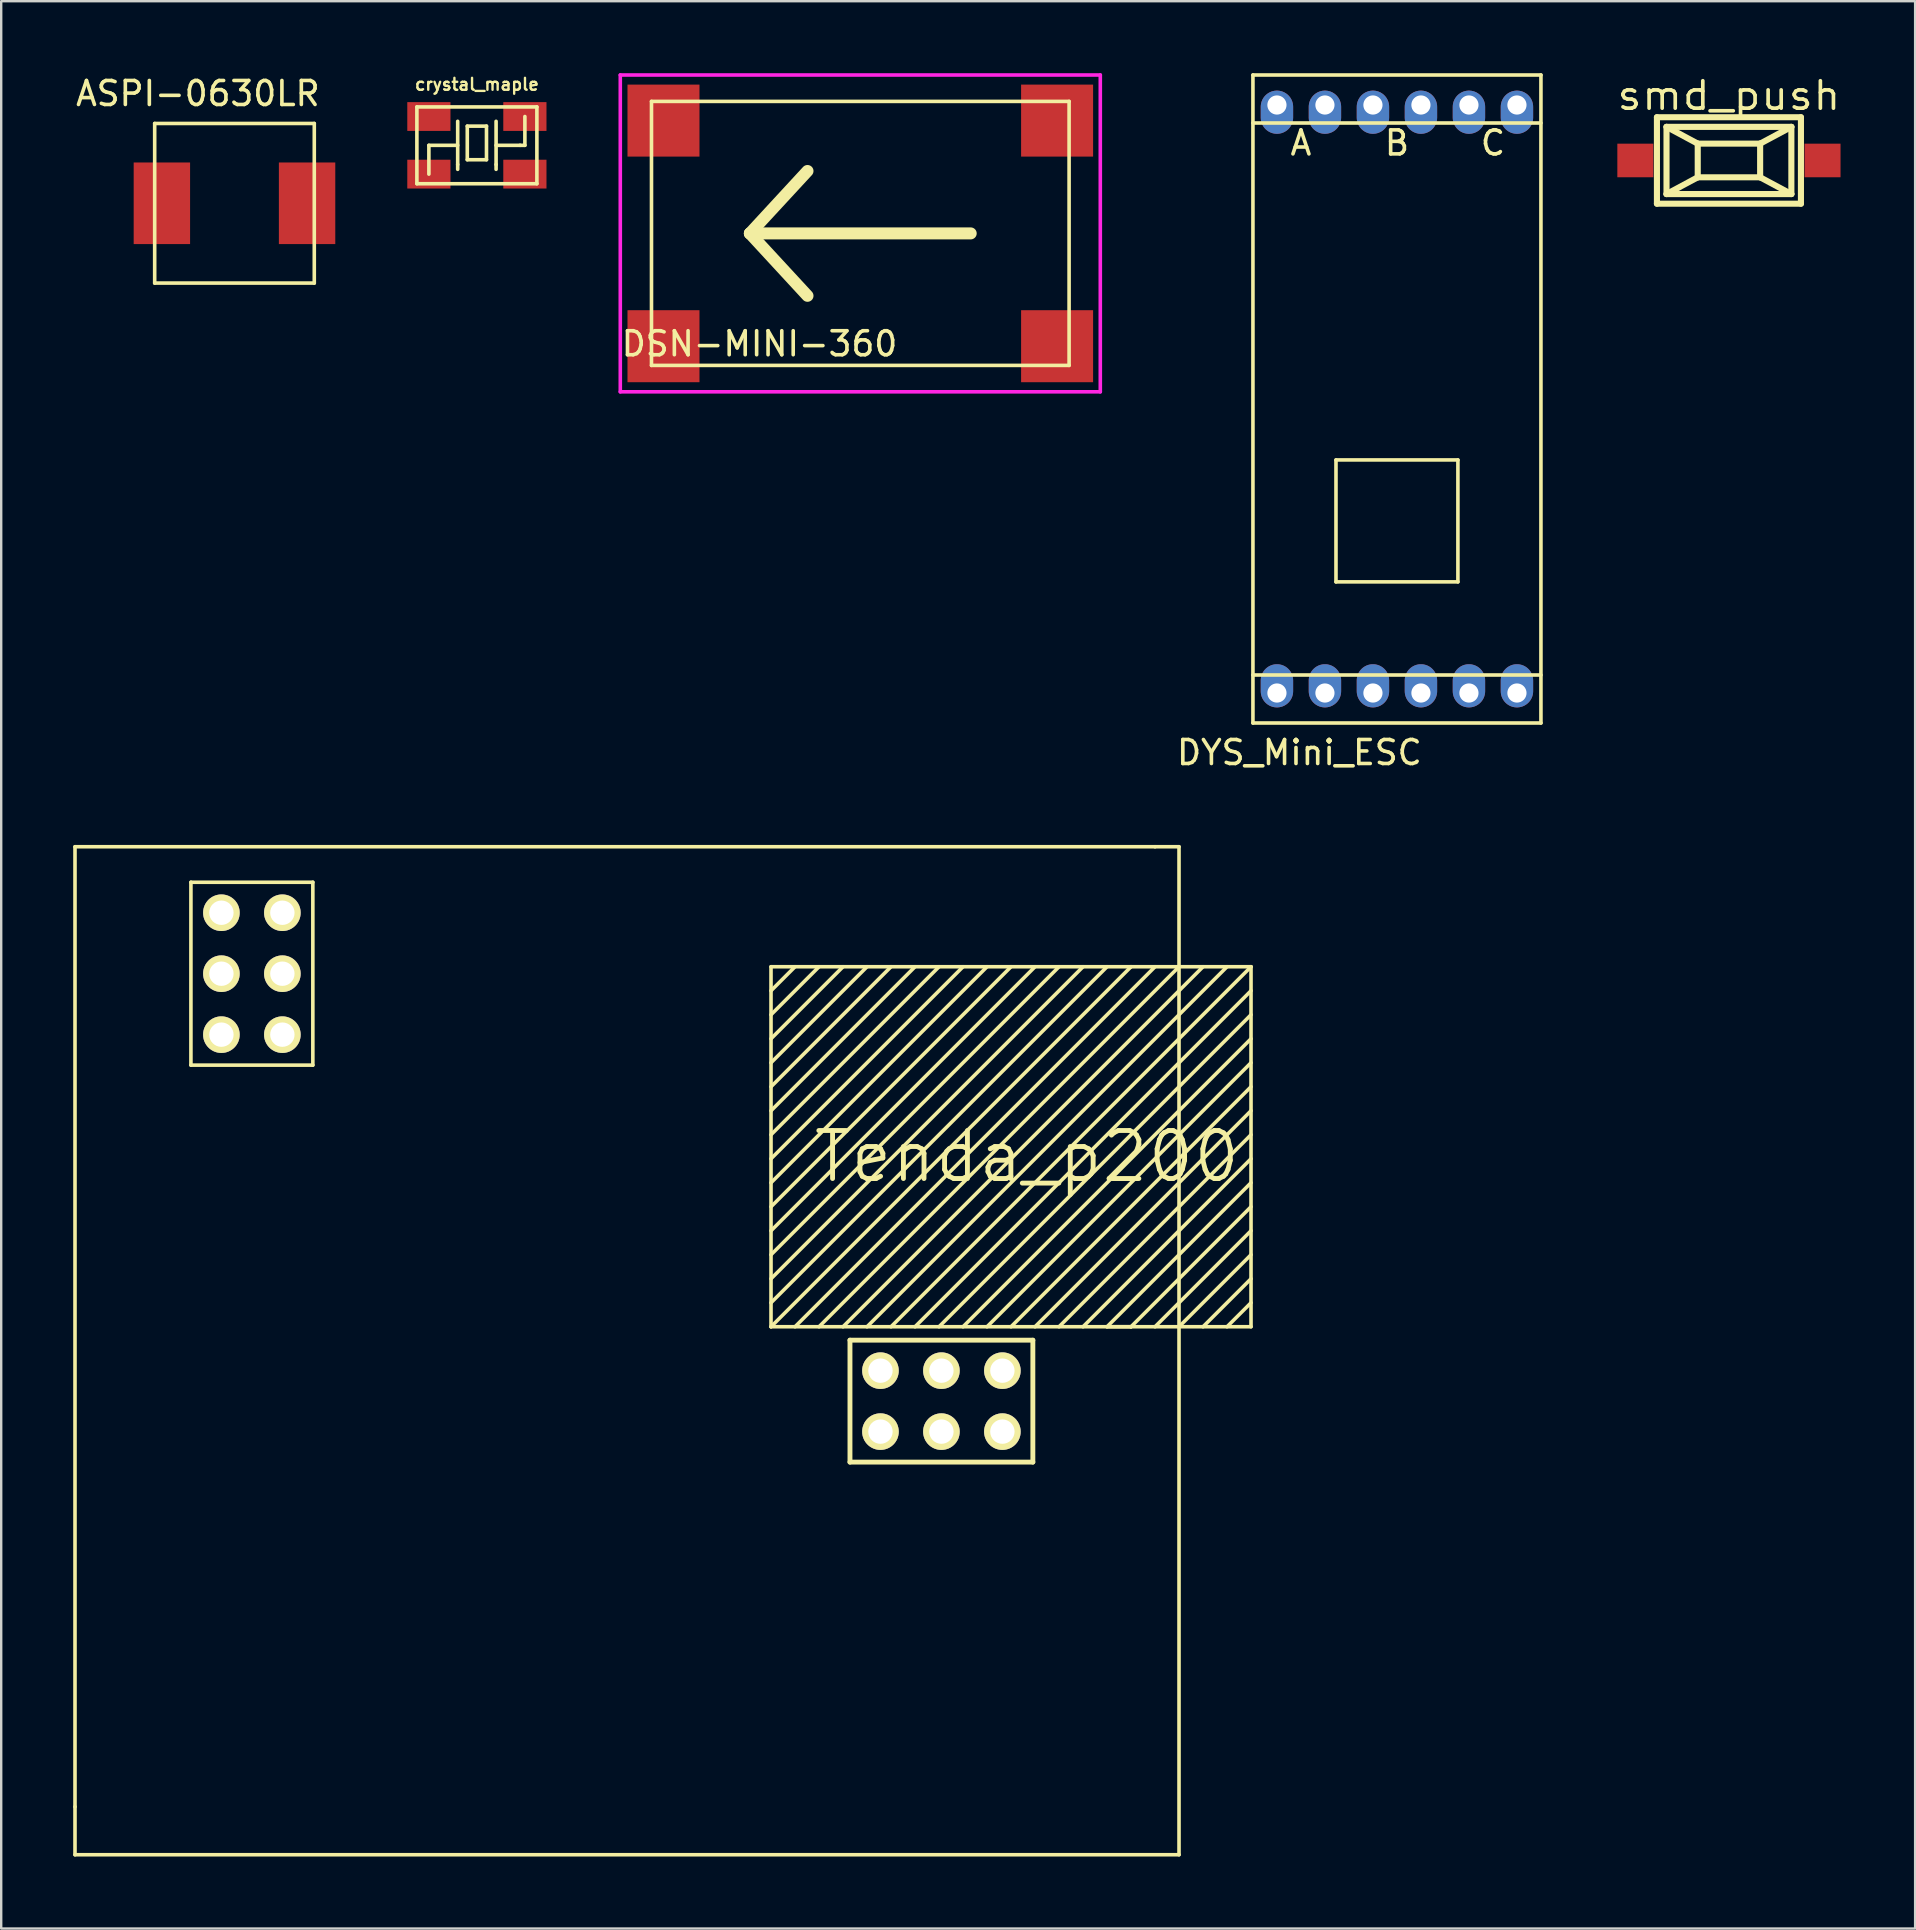
<source format=kicad_pcb>
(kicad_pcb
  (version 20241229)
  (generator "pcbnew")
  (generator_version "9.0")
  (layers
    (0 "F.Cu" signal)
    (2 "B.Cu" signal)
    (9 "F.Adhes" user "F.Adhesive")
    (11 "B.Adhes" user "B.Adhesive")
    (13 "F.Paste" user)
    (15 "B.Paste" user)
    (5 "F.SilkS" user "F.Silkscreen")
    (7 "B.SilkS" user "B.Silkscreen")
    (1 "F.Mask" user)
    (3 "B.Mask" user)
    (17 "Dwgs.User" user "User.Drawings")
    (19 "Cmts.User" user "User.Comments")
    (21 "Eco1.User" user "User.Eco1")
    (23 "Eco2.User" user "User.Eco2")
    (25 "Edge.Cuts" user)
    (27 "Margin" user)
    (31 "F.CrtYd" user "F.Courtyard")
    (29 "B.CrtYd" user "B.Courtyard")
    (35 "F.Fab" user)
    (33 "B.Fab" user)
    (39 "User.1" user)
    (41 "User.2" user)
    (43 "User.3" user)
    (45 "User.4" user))
  (footprint "Tenda_p200"
    (layer "F.Cu")
    (at 22.535 53.18)
    (property "Reference" "Tenda_p200" (at 17.2 -8.04 0) (layer "F.SilkS") (effects (font (size 2 2) (thickness 0.203))))
    (attr through_hole)
    (fp_line (start -22.46 -20.95) (end -22.46 19.05) (stroke (width 0.15) (type solid)) (layer "F.SilkS"))
    (fp_line (start -22.46 -20.95) (end 22.54 -20.95) (stroke (width 0.15) (type solid)) (layer "F.SilkS"))
    (fp_line (start -22.46 19.05) (end -22.46 21.05) (stroke (width 0.15) (type solid)) (layer "F.SilkS"))
    (fp_line (start -22.46 21.05) (end 23.54 21.05) (stroke (width 0.15) (type solid)) (layer "F.SilkS"))
    (fp_line (start -17.63 -19.47) (end -12.55 -19.47) (stroke (width 0.15) (type solid)) (layer "F.SilkS"))
    (fp_line (start -17.63 -11.85) (end -17.63 -19.47) (stroke (width 0.15) (type solid)) (layer "F.SilkS"))
    (fp_line (start -12.55 -19.47) (end -12.55 -11.85) (stroke (width 0.15) (type solid)) (layer "F.SilkS"))
    (fp_line (start -12.55 -11.85) (end -17.63 -11.85) (stroke (width 0.15) (type solid)) (layer "F.SilkS"))
    (fp_line (start 6.54 -15.95) (end 6.54 -0.95) (stroke (width 0.15) (type solid)) (layer "F.SilkS"))
    (fp_line (start 6.54 -0.95) (end 21.54 -0.95) (stroke (width 0.15) (type solid)) (layer "F.SilkS"))
    (fp_line (start 7.54 -15.95) (end 6.54 -14.95) (stroke (width 0.15) (type solid)) (layer "F.SilkS"))
    (fp_line (start 8.54 -15.95) (end 6.54 -13.95) (stroke (width 0.15) (type solid)) (layer "F.SilkS"))
    (fp_line (start 9.54 -15.95) (end 6.54 -12.95) (stroke (width 0.15) (type solid)) (layer "F.SilkS"))
    (fp_line (start 9.83 -0.39) (end 17.45 -0.39) (stroke (width 0.203) (type solid)) (layer "F.SilkS"))
    (fp_line (start 9.83 4.69) (end 9.83 -0.39) (stroke (width 0.203) (type solid)) (layer "F.SilkS"))
    (fp_line (start 10.54 -15.95) (end 6.54 -11.95) (stroke (width 0.15) (type solid)) (layer "F.SilkS"))
    (fp_line (start 11.54 -15.95) (end 6.54 -10.95) (stroke (width 0.15) (type solid)) (layer "F.SilkS"))
    (fp_line (start 12.54 -15.95) (end 6.54 -9.95) (stroke (width 0.15) (type solid)) (layer "F.SilkS"))
    (fp_line (start 13.54 -15.95) (end 6.54 -8.95) (stroke (width 0.15) (type solid)) (layer "F.SilkS"))
    (fp_line (start 14.54 -15.95) (end 6.54 -7.95) (stroke (width 0.15) (type solid)) (layer "F.SilkS"))
    (fp_line (start 15.54 -15.95) (end 6.54 -6.95) (stroke (width 0.15) (type solid)) (layer "F.SilkS"))
    (fp_line (start 16.54 -15.95) (end 6.54 -5.95) (stroke (width 0.15) (type solid)) (layer "F.SilkS"))
    (fp_line (start 17.45 -0.39) (end 17.45 4.69) (stroke (width 0.203) (type solid)) (layer "F.SilkS"))
    (fp_line (start 17.45 4.69) (end 9.83 4.69) (stroke (width 0.203) (type solid)) (layer "F.SilkS"))
    (fp_line (start 17.54 -15.95) (end 6.54 -4.95) (stroke (width 0.15) (type solid)) (layer "F.SilkS"))
    (fp_line (start 18.54 -15.95) (end 6.54 -3.95) (stroke (width 0.15) (type solid)) (layer "F.SilkS"))
    (fp_line (start 19.54 -15.95) (end 6.54 -2.95) (stroke (width 0.15) (type solid)) (layer "F.SilkS"))
    (fp_line (start 20.54 -15.95) (end 6.54 -1.95) (stroke (width 0.15) (type solid)) (layer "F.SilkS"))
    (fp_line (start 21.54 -15.95) (end 6.54 -15.95) (stroke (width 0.15) (type solid)) (layer "F.SilkS"))
    (fp_line (start 21.54 -15.95) (end 6.54 -0.95) (stroke (width 0.15) (type solid)) (layer "F.SilkS"))
    (fp_line (start 21.54 -15.95) (end 26.54 -15.95) (stroke (width 0.15) (type solid)) (layer "F.SilkS"))
    (fp_line (start 21.54 -0.95) (end 20.54 -0.95) (stroke (width 0.15) (type solid)) (layer "F.SilkS"))
    (fp_line (start 22.54 -20.95) (end 23.54 -20.95) (stroke (width 0.15) (type solid)) (layer "F.SilkS"))
    (fp_line (start 22.54 -15.95) (end 7.54 -0.95) (stroke (width 0.15) (type solid)) (layer "F.SilkS"))
    (fp_line (start 23.54 -15.95) (end 8.54 -0.95) (stroke (width 0.15) (type solid)) (layer "F.SilkS"))
    (fp_line (start 23.54 21.05) (end 23.54 -20.95) (stroke (width 0.15) (type solid)) (layer "F.SilkS"))
    (fp_line (start 24.54 -15.95) (end 9.54 -0.95) (stroke (width 0.15) (type solid)) (layer "F.SilkS"))
    (fp_line (start 25.54 -15.95) (end 10.54 -0.95) (stroke (width 0.15) (type solid)) (layer "F.SilkS"))
    (fp_line (start 26.54 -15.95) (end 11.54 -0.95) (stroke (width 0.15) (type solid)) (layer "F.SilkS"))
    (fp_line (start 26.54 -15.95) (end 26.54 -0.95) (stroke (width 0.15) (type solid)) (layer "F.SilkS"))
    (fp_line (start 26.54 -14.95) (end 12.54 -0.95) (stroke (width 0.15) (type solid)) (layer "F.SilkS"))
    (fp_line (start 26.54 -13.95) (end 13.54 -0.95) (stroke (width 0.15) (type solid)) (layer "F.SilkS"))
    (fp_line (start 26.54 -12.95) (end 14.54 -0.95) (stroke (width 0.15) (type solid)) (layer "F.SilkS"))
    (fp_line (start 26.54 -11.95) (end 15.54 -0.95) (stroke (width 0.15) (type solid)) (layer "F.SilkS"))
    (fp_line (start 26.54 -10.95) (end 16.54 -0.95) (stroke (width 0.15) (type solid)) (layer "F.SilkS"))
    (fp_line (start 26.54 -9.95) (end 17.54 -0.95) (stroke (width 0.15) (type solid)) (layer "F.SilkS"))
    (fp_line (start 26.54 -8.95) (end 18.54 -0.95) (stroke (width 0.15) (type solid)) (layer "F.SilkS"))
    (fp_line (start 26.54 -7.95) (end 19.54 -0.95) (stroke (width 0.15) (type solid)) (layer "F.SilkS"))
    (fp_line (start 26.54 -6.95) (end 20.54 -0.95) (stroke (width 0.15) (type solid)) (layer "F.SilkS"))
    (fp_line (start 26.54 -5.95) (end 21.54 -0.95) (stroke (width 0.15) (type solid)) (layer "F.SilkS"))
    (fp_line (start 26.54 -4.95) (end 22.54 -0.95) (stroke (width 0.15) (type solid)) (layer "F.SilkS"))
    (fp_line (start 26.54 -3.95) (end 23.54 -0.95) (stroke (width 0.15) (type solid)) (layer "F.SilkS"))
    (fp_line (start 26.54 -2.95) (end 24.54 -0.95) (stroke (width 0.15) (type solid)) (layer "F.SilkS"))
    (fp_line (start 26.54 -1.95) (end 25.54 -0.95) (stroke (width 0.15) (type solid)) (layer "F.SilkS"))
    (fp_line (start 26.54 -0.95) (end 21.54 -0.95) (stroke (width 0.15) (type solid)) (layer "F.SilkS"))
    (pad "3V3" thru_hole circle (at 11.1 0.88) (size 1.524 1.524) (drill 1.016) (layers "*.Cu" "*.Mask" "F.SilkS"))
    (pad "3V3" thru_hole circle (at 11.1 3.42) (size 1.524 1.524) (drill 1.016) (layers "*.Cu" "*.Mask" "F.SilkS"))
    (pad "C" thru_hole circle (at 13.64 3.42) (size 1.524 1.524) (drill 1.016) (layers "*.Cu" "*.Mask" "F.SilkS"))
    (pad "E" thru_hole circle (at 16.18 3.42) (size 1.524 1.524) (drill 1.016) (layers "*.Cu" "*.Mask" "F.SilkS"))
    (pad "GND" thru_hole circle (at 16.18 0.88) (size 1.524 1.524) (drill 1.016) (layers "*.Cu" "*.Mask" "F.SilkS"))
    (pad "NC" thru_hole circle (at -16.36 -15.66 90) (size 1.524 1.524) (drill 1.016) (layers "*.Cu" "*.Mask" "F.SilkS"))
    (pad "NC" thru_hole circle (at -13.82 -15.66 90) (size 1.524 1.524) (drill 1.016) (layers "*.Cu" "*.Mask" "F.SilkS"))
    (pad "P" thru_hole circle (at 13.64 0.88) (size 1.524 1.524) (drill 1.016) (layers "*.Cu" "*.Mask" "F.SilkS"))
    (pad "T_+" thru_hole circle (at -16.36 -13.12 90) (size 1.524 1.524) (drill 1.016) (layers "*.Cu" "*.Mask" "F.SilkS"))
    (pad "T_+" thru_hole circle (at -13.82 -13.12 90) (size 1.524 1.524) (drill 1.016) (layers "*.Cu" "*.Mask" "F.SilkS"))
    (pad "T_-" thru_hole circle (at -16.36 -18.2 90) (size 1.524 1.524) (drill 1.016) (layers "*.Cu" "*.Mask" "F.SilkS"))
    (pad "T_-" thru_hole circle (at -13.82 -18.2 90) (size 1.524 1.524) (drill 1.016) (layers "*.Cu" "*.Mask" "F.SilkS")))
  (footprint "crystal_maple"
    (layer "F.Cu")
    (at 16.82 3.005)
    (property "Reference" "crystal_maple" (at 0 -2.54 0) (layer "F.SilkS") (effects (font (size 0.498 0.498) (thickness 0.099))))
    (attr through_hole)
    (fp_line (start -2.5 -1.6) (end 2.5 -1.6) (stroke (width 0.15) (type solid)) (layer "F.SilkS"))
    (fp_line (start -2.5 1.6) (end -2.5 -1.6) (stroke (width 0.15) (type solid)) (layer "F.SilkS"))
    (fp_line (start -2 0) (end -2 1.2) (stroke (width 0.15) (type solid)) (layer "F.SilkS"))
    (fp_line (start -0.8 -1) (end -0.8 0.8) (stroke (width 0.15) (type solid)) (layer "F.SilkS"))
    (fp_line (start -0.8 0) (end -2 0) (stroke (width 0.15) (type solid)) (layer "F.SilkS"))
    (fp_line (start -0.8 0.8) (end -0.8 1) (stroke (width 0.15) (type solid)) (layer "F.SilkS"))
    (fp_line (start -0.4 -0.8) (end -0.4 0.6) (stroke (width 0.15) (type solid)) (layer "F.SilkS"))
    (fp_line (start -0.4 0.6) (end 0.4 0.6) (stroke (width 0.15) (type solid)) (layer "F.SilkS"))
    (fp_line (start 0.4 -0.8) (end -0.4 -0.8) (stroke (width 0.15) (type solid)) (layer "F.SilkS"))
    (fp_line (start 0.4 0.6) (end 0.4 -0.8) (stroke (width 0.15) (type solid)) (layer "F.SilkS"))
    (fp_line (start 0.8 -1) (end 0.8 0.8) (stroke (width 0.15) (type solid)) (layer "F.SilkS"))
    (fp_line (start 0.8 0) (end 1.8 0) (stroke (width 0.15) (type solid)) (layer "F.SilkS"))
    (fp_line (start 0.8 0.8) (end 0.8 1) (stroke (width 0.15) (type solid)) (layer "F.SilkS"))
    (fp_line (start 1.8 0) (end 2 0) (stroke (width 0.15) (type solid)) (layer "F.SilkS"))
    (fp_line (start 2 0) (end 2 -1.2) (stroke (width 0.15) (type solid)) (layer "F.SilkS"))
    (fp_line (start 2.5 -1.6) (end 2.5 1.6) (stroke (width 0.15) (type solid)) (layer "F.SilkS"))
    (fp_line (start 2.5 1.6) (end -2.5 1.6) (stroke (width 0.15) (type solid)) (layer "F.SilkS"))
    (pad "1" smd rect (at -2 1.2) (size 1.8 1.2) (layers "F.Cu" "F.Mask" "F.Paste"))
    (pad "2" smd rect (at 2 -1.2) (size 1.8 1.2) (layers "F.Cu" "F.Mask" "F.Paste"))
    (pad "3" smd rect (at -2 -1.2) (size 1.8 1.2) (layers "F.Cu" "F.Mask" "F.Paste"))
    (pad "3" smd rect (at 2 1.2) (size 1.8 1.2) (layers "F.Cu" "F.Mask" "F.Paste")))
  (footprint "DSN-MINI-360"
    (layer "F.Cu")
    (at 32.795 6.675)
    (property "Reference" "DSN-MINI-360" (at -4.2 4.6 0) (layer "F.SilkS") (effects (font (size 1 1) (thickness 0.15))))
    (attr through_hole)
    (fp_line (start -8.7 -5.5) (end -8.7 5.5) (stroke (width 0.15) (type solid)) (layer "F.SilkS"))
    (fp_line (start -8.7 -5.5) (end 8.7 -5.5) (stroke (width 0.15) (type solid)) (layer "F.SilkS"))
    (fp_line (start -8.7 5.5) (end 8.7 5.5) (stroke (width 0.15) (type solid)) (layer "F.SilkS"))
    (fp_line (start -4.6 0) (end -2.2 -2.6) (stroke (width 0.5) (type solid)) (layer "F.SilkS"))
    (fp_line (start -4.6 0) (end -2.2 2.6) (stroke (width 0.5) (type solid)) (layer "F.SilkS"))
    (fp_line (start 4.6 0) (end -4.6 0) (stroke (width 0.5) (type solid)) (layer "F.SilkS"))
    (fp_line (start 8.7 -5.5) (end 8.7 5.5) (stroke (width 0.15) (type solid)) (layer "F.SilkS"))
    (fp_line (start -10 -6.6) (end 10 -6.6) (stroke (width 0.15) (type solid)) (layer "F.CrtYd"))
    (fp_line (start -10 6.6) (end -10 -6.6) (stroke (width 0.15) (type solid)) (layer "F.CrtYd"))
    (fp_line (start 10 -6.6) (end 10 6.6) (stroke (width 0.15) (type solid)) (layer "F.CrtYd"))
    (fp_line (start 10 6.6) (end -10 6.6) (stroke (width 0.15) (type solid)) (layer "F.CrtYd"))
    (pad "1" smd rect (at 8.2 -4.7) (size 3 3) (layers "F.Cu" "F.Mask" "F.Paste"))
    (pad "2" smd rect (at 8.2 4.7) (size 3 3) (layers "F.Cu" "F.Mask" "F.Paste"))
    (pad "3" smd rect (at -8.2 -4.7) (size 3 3) (layers "F.Cu" "F.Mask" "F.Paste"))
    (pad "4" smd rect (at -8.2 4.7) (size 3 3) (layers "F.Cu" "F.Mask" "F.Paste")))
  (footprint "smd_push"
    (layer "F.Cu")
    (at 68.988 3.636)
    (property "Reference" "smd_push" (at 0 -2.7 0) (layer "F.SilkS") (effects (font (size 1.143 1.27) (thickness 0.152))))
    (attr through_hole)
    (fp_line (start -3 -1.801) (end 3 -1.801) (stroke (width 0.254) (type solid)) (layer "F.SilkS"))
    (fp_line (start -3 1.801) (end -3 -1.801) (stroke (width 0.254) (type solid)) (layer "F.SilkS"))
    (fp_line (start -2.601 -1.4) (end -1.3 -0.701) (stroke (width 0.254) (type solid)) (layer "F.SilkS"))
    (fp_line (start -2.601 -1.4) (end 2.601 -1.4) (stroke (width 0.254) (type solid)) (layer "F.SilkS"))
    (fp_line (start -2.601 1.4) (end -2.601 -1.4) (stroke (width 0.254) (type solid)) (layer "F.SilkS"))
    (fp_line (start -1.3 -0.701) (end 1.3 -0.701) (stroke (width 0.254) (type solid)) (layer "F.SilkS"))
    (fp_line (start -1.3 0.701) (end -2.601 1.4) (stroke (width 0.254) (type solid)) (layer "F.SilkS"))
    (fp_line (start -1.3 0.701) (end -1.3 -0.701) (stroke (width 0.254) (type solid)) (layer "F.SilkS"))
    (fp_line (start 1.3 -0.701) (end 1.3 0.701) (stroke (width 0.254) (type solid)) (layer "F.SilkS"))
    (fp_line (start 1.3 -0.701) (end 2.601 -1.4) (stroke (width 0.254) (type solid)) (layer "F.SilkS"))
    (fp_line (start 1.3 0.701) (end -1.3 0.701) (stroke (width 0.254) (type solid)) (layer "F.SilkS"))
    (fp_line (start 1.3 0.701) (end 2.601 1.4) (stroke (width 0.254) (type solid)) (layer "F.SilkS"))
    (fp_line (start 2.601 -1.4) (end 2.601 1.4) (stroke (width 0.254) (type solid)) (layer "F.SilkS"))
    (fp_line (start 2.601 1.4) (end -2.601 1.4) (stroke (width 0.254) (type solid)) (layer "F.SilkS"))
    (fp_line (start 3 -1.801) (end 3 1.801) (stroke (width 0.254) (type solid)) (layer "F.SilkS"))
    (fp_line (start 3 1.801) (end -3 1.801) (stroke (width 0.254) (type solid)) (layer "F.SilkS"))
    (pad "1" smd rect (at -3.9 0) (size 1.5 1.4) (layers "F.Cu" "F.Mask" "F.Paste"))
    (pad "2" smd rect (at 3.9 0) (size 1.5 1.4) (layers "F.Cu" "F.Mask" "F.Paste")))
  (footprint "ASPI-0630LR"
    (layer "F.Cu")
    (at 6.72 5.42)
    (property "Reference" "ASPI-0630LR" (at -1.524 -4.572 0) (layer "F.SilkS") (effects (font (size 1 1) (thickness 0.15))))
    (attr through_hole)
    (fp_line (start -3.325 -3.325) (end -3.325 3.325) (stroke (width 0.15) (type solid)) (layer "F.SilkS"))
    (fp_line (start -3.325 -3.325) (end 3.325 -3.325) (stroke (width 0.15) (type solid)) (layer "F.SilkS"))
    (fp_line (start -3.325 3.325) (end 3.325 3.325) (stroke (width 0.15) (type solid)) (layer "F.SilkS"))
    (fp_line (start 3.325 -3.325) (end 3.325 3.325) (stroke (width 0.15) (type solid)) (layer "F.SilkS"))
    (pad "1" smd rect (at -3.025 0) (size 2.35 3.4) (layers "F.Cu" "F.Mask" "F.Paste"))
    (pad "2" smd rect (at 3.025 0) (size 2.35 3.4) (layers "F.Cu" "F.Mask" "F.Paste")))
  (footprint "DYS_Mini_ESC"
    (layer "F.Cu")
    (at 55.155 13.575)
    (property "Reference" "DYS_Mini_ESC" (at -4.064 14.732 0) (layer "F.SilkS") (effects (font (size 1 1) (thickness 0.15))))
    (attr through_hole)
    (fp_line (start -6 -13.5) (end -6 13.5) (stroke (width 0.15) (type solid)) (layer "F.SilkS"))
    (fp_line (start -6 -13.5) (end 6 -13.5) (stroke (width 0.15) (type solid)) (layer "F.SilkS"))
    (fp_line (start -6 -11.5) (end 6 -11.5) (stroke (width 0.15) (type solid)) (layer "F.SilkS"))
    (fp_line (start -6 11.5) (end 6 11.5) (stroke (width 0.15) (type solid)) (layer "F.SilkS"))
    (fp_line (start -2.54 2.54) (end -2.54 7.62) (stroke (width 0.15) (type solid)) (layer "F.SilkS"))
    (fp_line (start -2.54 7.62) (end 2.54 7.62) (stroke (width 0.15) (type solid)) (layer "F.SilkS"))
    (fp_line (start 2.54 2.54) (end -2.54 2.54) (stroke (width 0.15) (type solid)) (layer "F.SilkS"))
    (fp_line (start 2.54 7.62) (end 2.54 2.54) (stroke (width 0.15) (type solid)) (layer "F.SilkS"))
    (fp_line (start 6 -13.5) (end 6 13.5) (stroke (width 0.15) (type solid)) (layer "F.SilkS"))
    (fp_line (start 6 13.5) (end -6 13.5) (stroke (width 0.15) (type solid)) (layer "F.SilkS"))
    (fp_text user "C" (at 4 -10.668 0) (layer "F.SilkS") (effects (font (size 1 1) (thickness 0.15))))
    (fp_text user "B" (at 0 -10.668 0) (layer "F.SilkS") (effects (font (size 1 1) (thickness 0.15))))
    (fp_text user "A" (at -4 -10.668 0) (layer "F.SilkS") (effects (font (size 1 1) (thickness 0.15))))
    (pad "1" thru_hole oval (at 1 12.25 90) (size 1.8 1.35) (drill 0.8 (offset 0.3 0)) (layers "*.Cu" "*.Mask"))
    (pad "1" thru_hole oval (at 3 12.25 90) (size 1.8 1.35) (drill 0.8 (offset 0.3 0)) (layers "*.Cu" "*.Mask"))
    (pad "1" thru_hole oval (at 5 12.25 90) (size 1.8 1.35) (drill 0.8 (offset 0.3 0)) (layers "*.Cu" "*.Mask"))
    (pad "2" thru_hole oval (at -1 12.25 90) (size 1.8 1.35) (drill 0.8 (offset 0.3 0)) (layers "*.Cu" "*.Mask"))
    (pad "3" thru_hole oval (at -5 12.25 90) (size 1.8 1.35) (drill 0.8 (offset 0.3 0)) (layers "*.Cu" "*.Mask"))
    (pad "3" thru_hole oval (at -3 12.25 90) (size 1.8 1.35) (drill 0.8 (offset 0.3 0)) (layers "*.Cu" "*.Mask"))
    (pad "4" thru_hole oval (at -5 -12.25 90) (size 1.8 1.35) (drill 0.8 (offset -0.3 0)) (layers "*.Cu" "*.Mask"))
    (pad "4" thru_hole oval (at -3 -12.25 90) (size 1.8 1.35) (drill 0.8 (offset -0.3 0)) (layers "*.Cu" "*.Mask"))
    (pad "5" thru_hole oval (at -1 -12.25 90) (size 1.8 1.35) (drill 0.8 (offset -0.3 0)) (layers "*.Cu" "*.Mask"))
    (pad "5" thru_hole oval (at 1 -12.25 90) (size 1.8 1.35) (drill 0.8 (offset -0.3 0)) (layers "*.Cu" "*.Mask"))
    (pad "6" thru_hole oval (at 3 -12.25 90) (size 1.8 1.35) (drill 0.8 (offset -0.3 0)) (layers "*.Cu" "*.Mask"))
    (pad "6" thru_hole oval (at 5 -12.25 90) (size 1.8 1.35) (drill 0.8 (offset -0.3 0)) (layers "*.Cu" "*.Mask")))
  (gr_rect
    (start -3 -3)
    (end 76.746 77.305)
    (stroke (width 0.1) (type default))
    (fill no)
    (layer "Edge.Cuts")))
</source>
